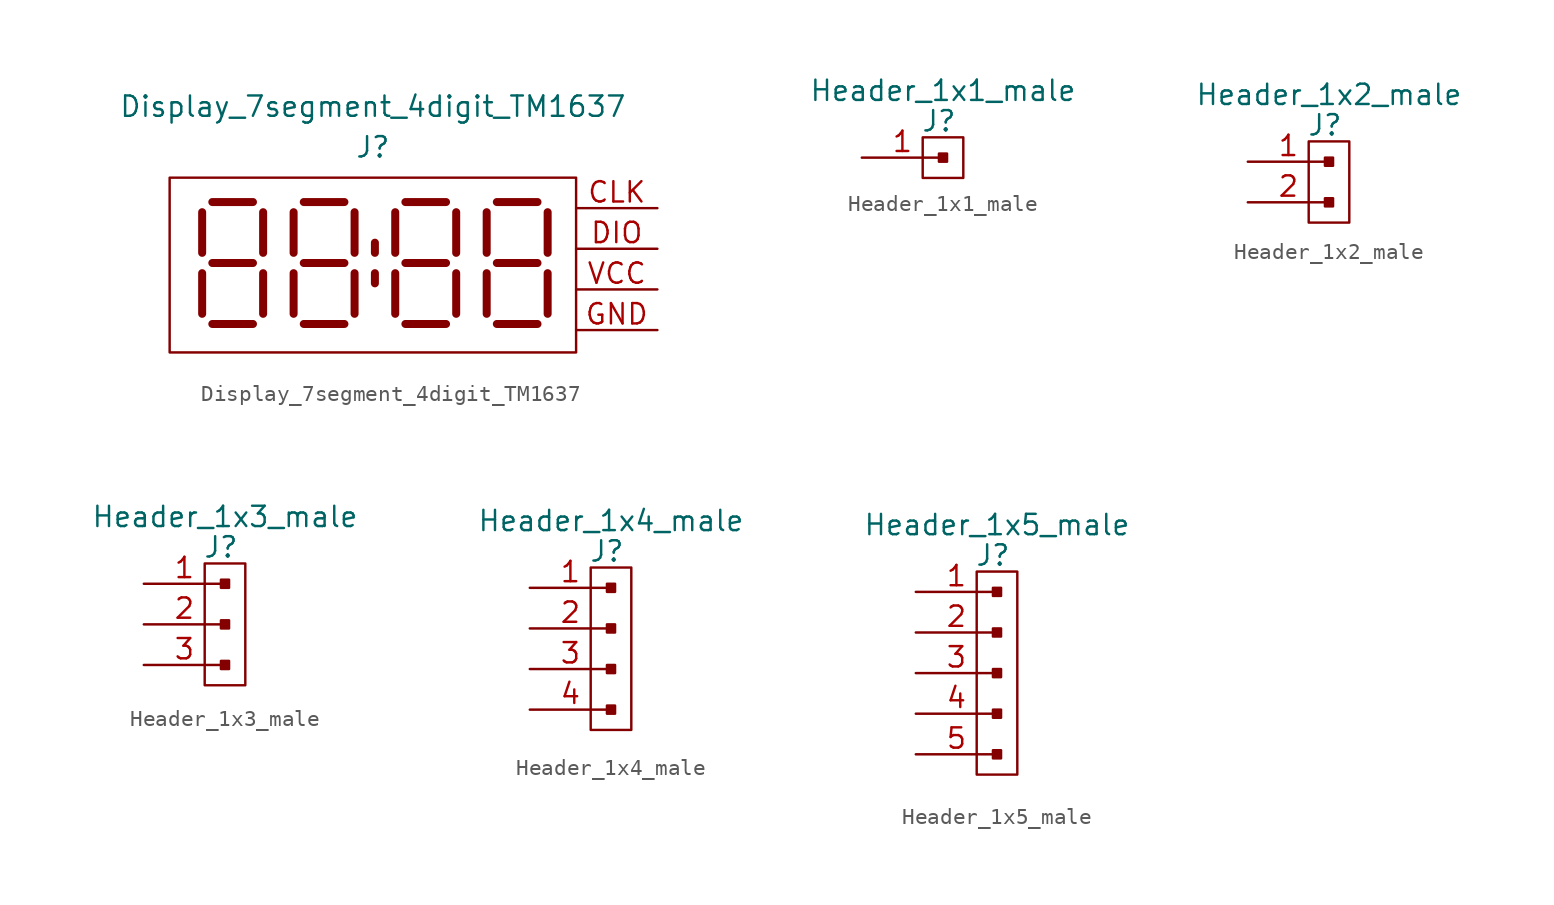
<source format=kicad_sym>
(kicad_symbol_lib
  (version 20211014)
  (generator kicad_symbol_editor)
  (symbol "Display_7segment_4digit_TM1637"
    (pin_names hide)
    (property "Reference" "J"
      (at -12.7 3.81 0)
      (effects (font (size 1.27 1.27))))
    (property "Value" "Display_7segment_4digit_TM1637"
      (at -12.7 6.35 0)
      (effects (font (size 1.27 1.27))))
    (symbol "Display_7segment_4digit_TM1637_0_1"
      (rectangle (start -25.4 1.905) (end 0 -9.017) (stroke (width 0) (type default) (color 0 0 0 0)) (fill (type none)))
      (polyline (pts (xy -23.368 -4.064) (xy -23.368 -6.604)) (stroke (width 0.5) (type default) (color 0 0 0 0)) (fill (type none)))
      (polyline (pts (xy -23.368 -0.254) (xy -23.368 -2.794)) (stroke (width 0.5) (type default) (color 0 0 0 0)) (fill (type none)))
      (polyline (pts (xy -22.733 -7.239) (xy -20.193 -7.239)) (stroke (width 0.5) (type default) (color 0 0 0 0)) (fill (type none)))
      (polyline (pts (xy -22.733 -3.429) (xy -20.193 -3.429)) (stroke (width 0.5) (type default) (color 0 0 0 0)) (fill (type none)))
      (polyline (pts (xy -22.733 0.381) (xy -20.193 0.381)) (stroke (width 0.5) (type default) (color 0 0 0 0)) (fill (type none)))
      (polyline (pts (xy -19.558 -4.064) (xy -19.558 -6.604)) (stroke (width 0.5) (type default) (color 0 0 0 0)) (fill (type none)))
      (polyline (pts (xy -19.558 -0.254) (xy -19.558 -2.794)) (stroke (width 0.5) (type default) (color 0 0 0 0)) (fill (type none)))
      (polyline (pts (xy -17.653 -4.064) (xy -17.653 -6.604)) (stroke (width 0.5) (type default) (color 0 0 0 0)) (fill (type none)))
      (polyline (pts (xy -17.653 -0.254) (xy -17.653 -2.794)) (stroke (width 0.5) (type default) (color 0 0 0 0)) (fill (type none)))
      (polyline (pts (xy -17.018 -7.239) (xy -14.478 -7.239)) (stroke (width 0.5) (type default) (color 0 0 0 0)) (fill (type none)))
      (polyline (pts (xy -17.018 -3.429) (xy -14.478 -3.429)) (stroke (width 0.5) (type default) (color 0 0 0 0)) (fill (type none)))
      (polyline (pts (xy -17.018 0.381) (xy -14.478 0.381)) (stroke (width 0.5) (type default) (color 0 0 0 0)) (fill (type none)))
      (polyline (pts (xy -13.843 -4.064) (xy -13.843 -6.604)) (stroke (width 0.5) (type default) (color 0 0 0 0)) (fill (type none)))
      (polyline (pts (xy -13.843 -0.254) (xy -13.843 -2.794)) (stroke (width 0.5) (type default) (color 0 0 0 0)) (fill (type none)))
      (polyline (pts (xy -12.573 -4.064) (xy -12.573 -4.699)) (stroke (width 0.5) (type default) (color 0 0 0 0)) (fill (type none)))
      (polyline (pts (xy -12.573 -2.159) (xy -12.573 -2.794)) (stroke (width 0.5) (type default) (color 0 0 0 0)) (fill (type none)))
      (polyline (pts (xy -11.303 -4.064) (xy -11.303 -6.604)) (stroke (width 0.5) (type default) (color 0 0 0 0)) (fill (type none)))
      (polyline (pts (xy -11.303 -0.254) (xy -11.303 -2.794)) (stroke (width 0.5) (type default) (color 0 0 0 0)) (fill (type none)))
      (polyline (pts (xy -10.668 -7.239) (xy -8.128 -7.239)) (stroke (width 0.5) (type default) (color 0 0 0 0)) (fill (type none)))
      (polyline (pts (xy -10.668 -3.429) (xy -8.128 -3.429)) (stroke (width 0.5) (type default) (color 0 0 0 0)) (fill (type none)))
      (polyline (pts (xy -10.668 0.381) (xy -8.128 0.381)) (stroke (width 0.5) (type default) (color 0 0 0 0)) (fill (type none)))
      (polyline (pts (xy -7.493 -4.064) (xy -7.493 -6.604)) (stroke (width 0.5) (type default) (color 0 0 0 0)) (fill (type none)))
      (polyline (pts (xy -7.493 -0.254) (xy -7.493 -2.794)) (stroke (width 0.5) (type default) (color 0 0 0 0)) (fill (type none)))
      (polyline (pts (xy -5.588 -4.064) (xy -5.588 -6.604)) (stroke (width 0.5) (type default) (color 0 0 0 0)) (fill (type none)))
      (polyline (pts (xy -5.588 -0.254) (xy -5.588 -2.794)) (stroke (width 0.5) (type default) (color 0 0 0 0)) (fill (type none)))
      (polyline (pts (xy -4.953 -7.239) (xy -2.413 -7.239)) (stroke (width 0.5) (type default) (color 0 0 0 0)) (fill (type none)))
      (polyline (pts (xy -4.953 -3.429) (xy -2.413 -3.429)) (stroke (width 0.5) (type default) (color 0 0 0 0)) (fill (type none)))
      (polyline (pts (xy -4.953 0.381) (xy -2.413 0.381)) (stroke (width 0.5) (type default) (color 0 0 0 0)) (fill (type none)))
      (polyline (pts (xy -1.778 -4.064) (xy -1.778 -6.604)) (stroke (width 0.5) (type default) (color 0 0 0 0)) (fill (type none)))
      (polyline (pts (xy -1.778 -0.254) (xy -1.778 -2.794)) (stroke (width 0.5) (type default) (color 0 0 0 0)) (fill (type none))))
    (symbol "Display_7segment_4digit_TM1637_1_1"
      (pin passive line (at 5.08 0 180) (length 5.08) (name "CLK" (effects (font (size 1.27 1.27)))) (number "CLK" (effects (font (size 1.27 1.27)))))
      (pin passive line (at 5.08 -2.54 180) (length 5.08) (name "DIO" (effects (font (size 1.27 1.27)))) (number "DIO" (effects (font (size 1.27 1.27)))))
      (pin power_in line (at 5.08 -7.62 180) (length 5.08) (name "GND" (effects (font (size 1.27 1.27)))) (number "GND" (effects (font (size 1.27 1.27)))))
      (pin power_in line (at 5.08 -5.08 180) (length 5.08) (name "VCC" (effects (font (size 1.27 1.27)))) (number "VCC" (effects (font (size 1.27 1.27)))))))
  (symbol "Header_1x1_male"
    (pin_names hide)
    (property "Reference" "J"
      (at -0.254 2.286 0)
      (effects (font (size 1.27 1.27))))
    (property "Value" "Header_1x1_male"
      (at 0 4.191 0)
      (effects (font (size 1.27 1.27))))
    (symbol "Header_1x1_male_0_1"
      (rectangle (start -1.27 1.27) (end 1.27 -1.27) (stroke (width 0) (type default) (color 0 0 0 0)) (fill (type none)))
      (rectangle (start -0.254 0.254) (end 0.254 -0.254) (stroke (width 0) (type default) (color 0 0 0 0)) (fill (type outline))))
    (symbol "Header_1x1_male_1_1"
      (pin passive line (at -5.08 0 0) (length 5.08) (name "1" (effects (font (size 1.27 1.27)))) (number "1" (effects (font (size 1.27 1.27)))))))
  (symbol "Header_1x2_male"
    (pin_names hide)
    (property "Reference" "J"
      (at -0.254 2.286 0)
      (effects (font (size 1.27 1.27))))
    (property "Value" "Header_1x2_male"
      (at 0 4.191 0)
      (effects (font (size 1.27 1.27))))
    (symbol "Header_1x2_male_0_1"
      (rectangle (start -1.27 1.27) (end 1.27 -3.81) (stroke (width 0) (type default) (color 0 0 0 0)) (fill (type none)))
      (rectangle (start -0.254 -2.286) (end 0.254 -2.794) (stroke (width 0) (type default) (color 0 0 0 0)) (fill (type outline)))
      (rectangle (start -0.254 0.254) (end 0.254 -0.254) (stroke (width 0) (type default) (color 0 0 0 0)) (fill (type outline))))
    (symbol "Header_1x2_male_1_1"
      (pin passive line (at -5.08 0 0) (length 5.08) (name "1" (effects (font (size 1.27 1.27)))) (number "1" (effects (font (size 1.27 1.27)))))
      (pin passive line (at -5.08 -2.54 0) (length 5.08) (name "2" (effects (font (size 1.27 1.27)))) (number "2" (effects (font (size 1.27 1.27)))))))
  (symbol "Header_1x3_male"
    (pin_names hide)
    (property "Reference" "J"
      (at -0.254 2.286 0)
      (effects (font (size 1.27 1.27))))
    (property "Value" "Header_1x3_male"
      (at 0 4.191 0)
      (effects (font (size 1.27 1.27))))
    (symbol "Header_1x3_male_0_1"
      (rectangle (start -1.27 1.27) (end 1.27 -6.35) (stroke (width 0) (type default) (color 0 0 0 0)) (fill (type none)))
      (rectangle (start -0.254 -4.826) (end 0.254 -5.334) (stroke (width 0) (type default) (color 0 0 0 0)) (fill (type outline)))
      (rectangle (start -0.254 -2.286) (end 0.254 -2.794) (stroke (width 0) (type default) (color 0 0 0 0)) (fill (type outline)))
      (rectangle (start -0.254 0.254) (end 0.254 -0.254) (stroke (width 0) (type default) (color 0 0 0 0)) (fill (type outline))))
    (symbol "Header_1x3_male_1_1"
      (pin passive line (at -5.08 0 0) (length 5.08) (name "1" (effects (font (size 1.27 1.27)))) (number "1" (effects (font (size 1.27 1.27)))))
      (pin passive line (at -5.08 -2.54 0) (length 5.08) (name "2" (effects (font (size 1.27 1.27)))) (number "2" (effects (font (size 1.27 1.27)))))
      (pin passive line (at -5.08 -5.08 0) (length 5.08) (name "3" (effects (font (size 1.27 1.27)))) (number "3" (effects (font (size 1.27 1.27)))))))
  (symbol "Header_1x4_male"
    (pin_names hide)
    (property "Reference" "J"
      (at -0.254 2.286 0)
      (effects (font (size 1.27 1.27))))
    (property "Value" "Header_1x4_male"
      (at 0 4.191 0)
      (effects (font (size 1.27 1.27))))
    (symbol "Header_1x4_male_0_1"
      (rectangle (start -1.27 1.27) (end 1.27 -8.89) (stroke (width 0) (type default) (color 0 0 0 0)) (fill (type none)))
      (rectangle (start -0.254 -7.366) (end 0.254 -7.874) (stroke (width 0) (type default) (color 0 0 0 0)) (fill (type outline)))
      (rectangle (start -0.254 -4.826) (end 0.254 -5.334) (stroke (width 0) (type default) (color 0 0 0 0)) (fill (type outline)))
      (rectangle (start -0.254 -2.286) (end 0.254 -2.794) (stroke (width 0) (type default) (color 0 0 0 0)) (fill (type outline)))
      (rectangle (start -0.254 0.254) (end 0.254 -0.254) (stroke (width 0) (type default) (color 0 0 0 0)) (fill (type outline))))
    (symbol "Header_1x4_male_1_1"
      (pin passive line (at -5.08 0 0) (length 5.08) (name "1" (effects (font (size 1.27 1.27)))) (number "1" (effects (font (size 1.27 1.27)))))
      (pin passive line (at -5.08 -2.54 0) (length 5.08) (name "2" (effects (font (size 1.27 1.27)))) (number "2" (effects (font (size 1.27 1.27)))))
      (pin passive line (at -5.08 -5.08 0) (length 5.08) (name "3" (effects (font (size 1.27 1.27)))) (number "3" (effects (font (size 1.27 1.27)))))
      (pin passive line (at -5.08 -7.62 0) (length 5.08) (name "4" (effects (font (size 1.27 1.27)))) (number "4" (effects (font (size 1.27 1.27)))))))
  (symbol "Header_1x5_male"
    (pin_names hide)
    (property "Reference" "J"
      (at -0.254 2.286 0)
      (effects (font (size 1.27 1.27))))
    (property "Value" "Header_1x5_male"
      (at 0 4.191 0)
      (effects (font (size 1.27 1.27))))
    (symbol "Header_1x5_male_0_1"
      (rectangle (start -1.27 1.27) (end 1.27 -11.43) (stroke (width 0) (type default) (color 0 0 0 0)) (fill (type none)))
      (rectangle (start -0.254 -9.906) (end 0.254 -10.414) (stroke (width 0) (type default) (color 0 0 0 0)) (fill (type outline)))
      (rectangle (start -0.254 -7.366) (end 0.254 -7.874) (stroke (width 0) (type default) (color 0 0 0 0)) (fill (type outline)))
      (rectangle (start -0.254 -4.826) (end 0.254 -5.334) (stroke (width 0) (type default) (color 0 0 0 0)) (fill (type outline)))
      (rectangle (start -0.254 -2.286) (end 0.254 -2.794) (stroke (width 0) (type default) (color 0 0 0 0)) (fill (type outline)))
      (rectangle (start -0.254 0.254) (end 0.254 -0.254) (stroke (width 0) (type default) (color 0 0 0 0)) (fill (type outline))))
    (symbol "Header_1x5_male_1_1"
      (pin passive line (at -5.08 0 0) (length 5.08) (name "1" (effects (font (size 1.27 1.27)))) (number "1" (effects (font (size 1.27 1.27)))))
      (pin passive line (at -5.08 -2.54 0) (length 5.08) (name "2" (effects (font (size 1.27 1.27)))) (number "2" (effects (font (size 1.27 1.27)))))
      (pin passive line (at -5.08 -5.08 0) (length 5.08) (name "3" (effects (font (size 1.27 1.27)))) (number "3" (effects (font (size 1.27 1.27)))))
      (pin passive line (at -5.08 -7.62 0) (length 5.08) (name "4" (effects (font (size 1.27 1.27)))) (number "4" (effects (font (size 1.27 1.27)))))
      (pin passive line (at -5.08 -10.16 0) (length 5.08) (name "5" (effects (font (size 1.27 1.27)))) (number "5" (effects (font (size 1.27 1.27))))))))
</source>
